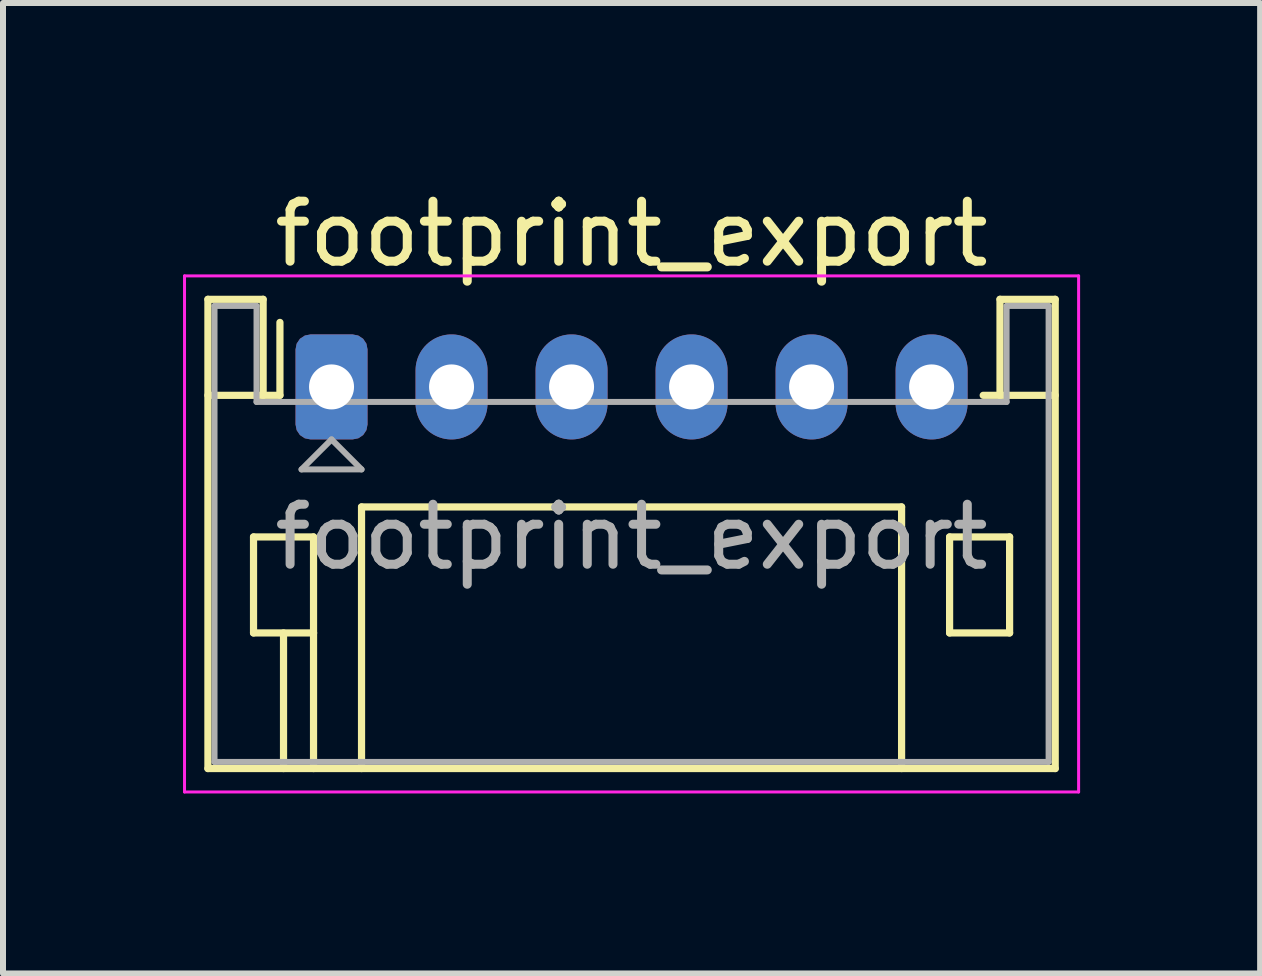
<source format=kicad_pcb>
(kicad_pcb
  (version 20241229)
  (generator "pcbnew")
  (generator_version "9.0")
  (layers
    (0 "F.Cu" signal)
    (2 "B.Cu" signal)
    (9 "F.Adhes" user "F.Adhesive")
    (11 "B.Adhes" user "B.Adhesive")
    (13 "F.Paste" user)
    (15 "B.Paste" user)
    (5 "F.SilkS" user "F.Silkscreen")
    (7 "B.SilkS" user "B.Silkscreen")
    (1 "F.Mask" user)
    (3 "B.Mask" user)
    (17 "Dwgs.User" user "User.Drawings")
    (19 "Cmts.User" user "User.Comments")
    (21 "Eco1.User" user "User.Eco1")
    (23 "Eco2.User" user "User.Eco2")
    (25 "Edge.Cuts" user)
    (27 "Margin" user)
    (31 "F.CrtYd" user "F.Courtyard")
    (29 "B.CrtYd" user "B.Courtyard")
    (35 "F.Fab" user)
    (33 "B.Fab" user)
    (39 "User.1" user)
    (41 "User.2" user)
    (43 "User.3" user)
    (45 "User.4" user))
  (footprint "footprint_export"
    (layer "F.Cu")
    (at 2.475 3.398)
    (property "Reference" "footprint_export" (at 5 -2.55 0) (layer "F.SilkS") (effects (font (size 1 1) (thickness 0.15))))
    (attr through_hole)
    (fp_line (start -2.06 -1.46) (end -2.06 6.36) (stroke (width 0.12) (type solid)) (layer "F.SilkS"))
    (fp_line (start -2.06 0.14) (end -1.14 0.14) (stroke (width 0.12) (type solid)) (layer "F.SilkS"))
    (fp_line (start -2.06 6.36) (end 12.06 6.36) (stroke (width 0.12) (type solid)) (layer "F.SilkS"))
    (fp_line (start -1.3 2.5) (end -1.3 4.1) (stroke (width 0.12) (type solid)) (layer "F.SilkS"))
    (fp_line (start -1.3 4.1) (end -0.3 4.1) (stroke (width 0.12) (type solid)) (layer "F.SilkS"))
    (fp_line (start -1.14 -1.46) (end -2.06 -1.46) (stroke (width 0.12) (type solid)) (layer "F.SilkS"))
    (fp_line (start -1.14 0.14) (end -1.14 -1.46) (stroke (width 0.12) (type solid)) (layer "F.SilkS"))
    (fp_line (start -0.86 0.14) (end -1.14 0.14) (stroke (width 0.12) (type solid)) (layer "F.SilkS"))
    (fp_line (start -0.86 0.14) (end -0.86 -1.075) (stroke (width 0.12) (type solid)) (layer "F.SilkS"))
    (fp_line (start -0.8 4.1) (end -0.8 6.36) (stroke (width 0.12) (type solid)) (layer "F.SilkS"))
    (fp_line (start -0.3 2.5) (end -1.3 2.5) (stroke (width 0.12) (type solid)) (layer "F.SilkS"))
    (fp_line (start -0.3 4.1) (end -0.3 2.5) (stroke (width 0.12) (type solid)) (layer "F.SilkS"))
    (fp_line (start -0.3 4.1) (end -0.3 6.36) (stroke (width 0.12) (type solid)) (layer "F.SilkS"))
    (fp_line (start 0.5 2) (end 9.5 2) (stroke (width 0.12) (type solid)) (layer "F.SilkS"))
    (fp_line (start 0.5 6.36) (end 0.5 2) (stroke (width 0.12) (type solid)) (layer "F.SilkS"))
    (fp_line (start 9.5 2) (end 9.5 6.36) (stroke (width 0.12) (type solid)) (layer "F.SilkS"))
    (fp_line (start 10.3 2.5) (end 11.3 2.5) (stroke (width 0.12) (type solid)) (layer "F.SilkS"))
    (fp_line (start 10.3 4.1) (end 10.3 2.5) (stroke (width 0.12) (type solid)) (layer "F.SilkS"))
    (fp_line (start 11.14 -1.46) (end 11.14 0.14) (stroke (width 0.12) (type solid)) (layer "F.SilkS"))
    (fp_line (start 11.14 0.14) (end 10.86 0.14) (stroke (width 0.12) (type solid)) (layer "F.SilkS"))
    (fp_line (start 11.3 2.5) (end 11.3 4.1) (stroke (width 0.12) (type solid)) (layer "F.SilkS"))
    (fp_line (start 11.3 4.1) (end 10.3 4.1) (stroke (width 0.12) (type solid)) (layer "F.SilkS"))
    (fp_line (start 12.06 -1.46) (end 11.14 -1.46) (stroke (width 0.12) (type solid)) (layer "F.SilkS"))
    (fp_line (start 12.06 0.14) (end 11.14 0.14) (stroke (width 0.12) (type solid)) (layer "F.SilkS"))
    (fp_line (start 12.06 6.36) (end 12.06 -1.46) (stroke (width 0.12) (type solid)) (layer "F.SilkS"))
    (fp_line (start -2.45 -1.85) (end -2.45 6.75) (stroke (width 0.05) (type solid)) (layer "F.CrtYd"))
    (fp_line (start -2.45 6.75) (end 12.45 6.75) (stroke (width 0.05) (type solid)) (layer "F.CrtYd"))
    (fp_line (start 12.45 -1.85) (end -2.45 -1.85) (stroke (width 0.05) (type solid)) (layer "F.CrtYd"))
    (fp_line (start 12.45 6.75) (end 12.45 -1.85) (stroke (width 0.05) (type solid)) (layer "F.CrtYd"))
    (fp_line (start -1.95 -1.35) (end -1.95 6.25) (stroke (width 0.1) (type solid)) (layer "F.Fab"))
    (fp_line (start -1.95 6.25) (end 11.95 6.25) (stroke (width 0.1) (type solid)) (layer "F.Fab"))
    (fp_line (start -1.25 -1.35) (end -1.95 -1.35) (stroke (width 0.1) (type solid)) (layer "F.Fab"))
    (fp_line (start -1.25 0.25) (end -1.25 -1.35) (stroke (width 0.1) (type solid)) (layer "F.Fab"))
    (fp_line (start -0.5 1.375) (end 0.5 1.375) (stroke (width 0.1) (type solid)) (layer "F.Fab"))
    (fp_line (start 0 0.875) (end -0.5 1.375) (stroke (width 0.1) (type solid)) (layer "F.Fab"))
    (fp_line (start 0.5 1.375) (end 0 0.875) (stroke (width 0.1) (type solid)) (layer "F.Fab"))
    (fp_line (start 11.25 -1.35) (end 11.25 0.25) (stroke (width 0.1) (type solid)) (layer "F.Fab"))
    (fp_line (start 11.25 0.25) (end -1.25 0.25) (stroke (width 0.1) (type solid)) (layer "F.Fab"))
    (fp_line (start 11.95 -1.35) (end 11.25 -1.35) (stroke (width 0.1) (type solid)) (layer "F.Fab"))
    (fp_line (start 11.95 6.25) (end 11.95 -1.35) (stroke (width 0.1) (type solid)) (layer "F.Fab"))
    (fp_text user "${REFERENCE}" (at 5 2.5 0) (layer "F.Fab") (effects (font (size 1 1) (thickness 0.15))))
    (pad "1" thru_hole roundrect (at 0 0) (size 1.2 1.75) (drill 0.75) (layers "*.Cu" "*.Mask") (roundrect_rratio 0.208))
    (pad "2" thru_hole oval (at 2 0) (size 1.2 1.75) (drill 0.75) (layers "*.Cu" "*.Mask"))
    (pad "3" thru_hole oval (at 4 0) (size 1.2 1.75) (drill 0.75) (layers "*.Cu" "*.Mask"))
    (pad "4" thru_hole oval (at 6 0) (size 1.2 1.75) (drill 0.75) (layers "*.Cu" "*.Mask"))
    (pad "5" thru_hole oval (at 8 0) (size 1.2 1.75) (drill 0.75) (layers "*.Cu" "*.Mask"))
    (pad "6" thru_hole oval (at 10 0) (size 1.2 1.75) (drill 0.75) (layers "*.Cu" "*.Mask")))
  (gr_rect
    (start -3 -3)
    (end 17.95 13.173)
    (stroke (width 0.1) (type default))
    (fill no)
    (layer "Edge.Cuts")))
</source>
